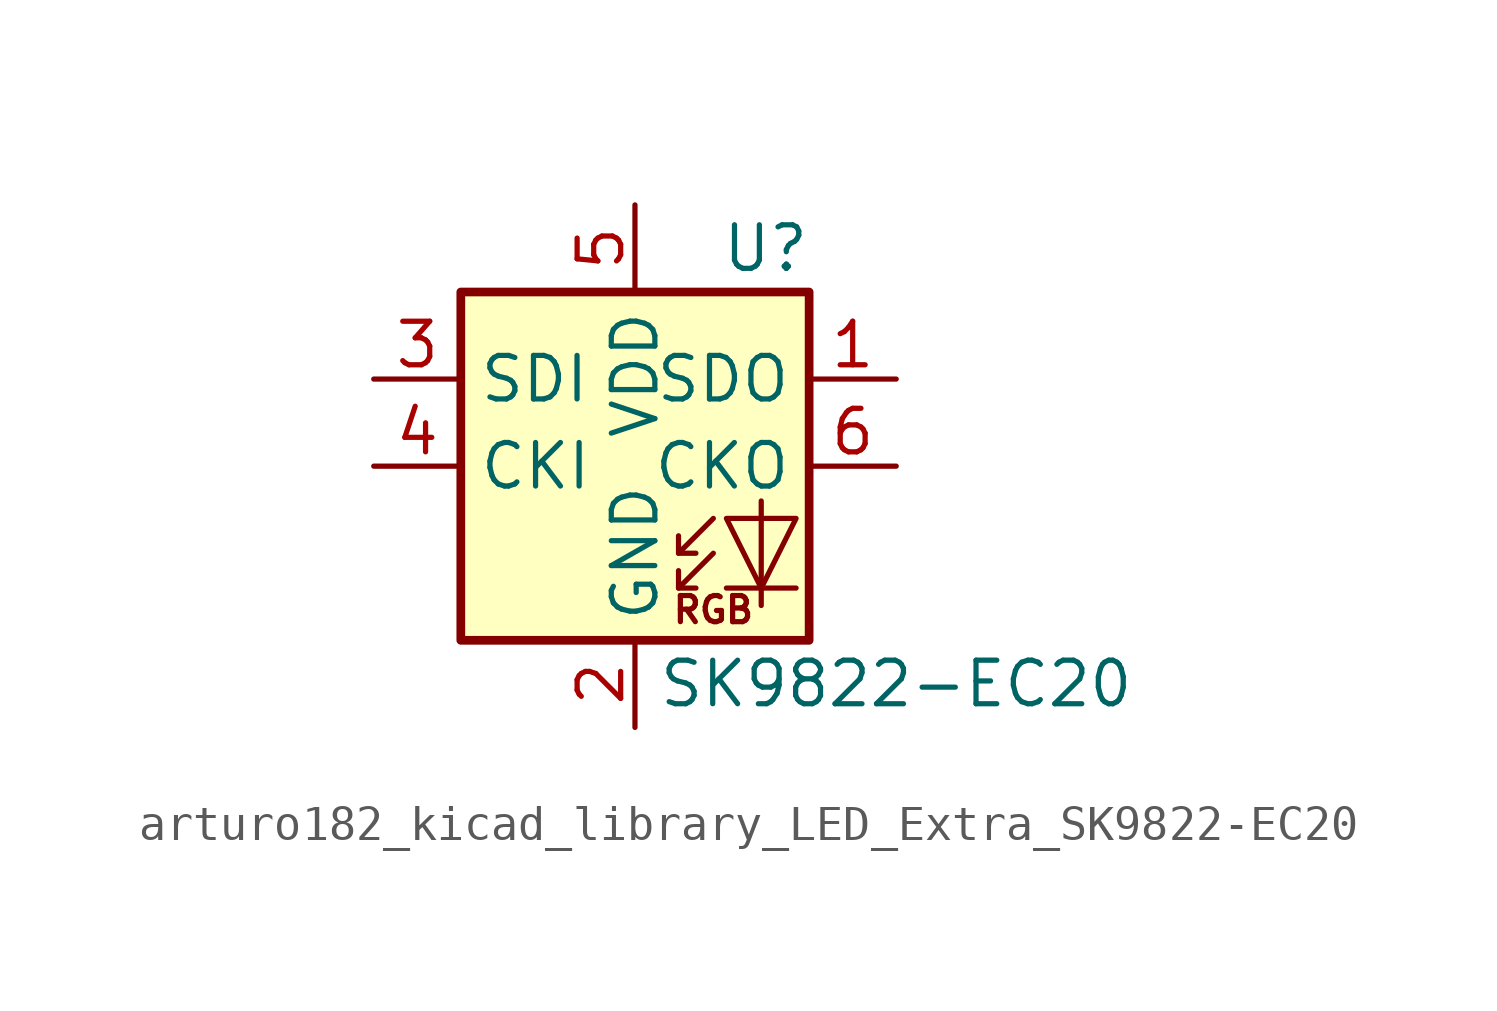
<source format=kicad_sym>
(kicad_symbol_lib
  (version 20220914)
  (generator kicad_symbol_editor)
  (symbol "arturo182_kicad_library_LED_Extra_SK9822-EC20"
    (property "Reference" "U"
      (at 3.81 6.35 0)
      (effects (font (size 1.27 1.27))))
    (property "Value" "SK9822-EC20"
      (at 7.62 -6.35 0)
      (effects (font (size 1.27 1.27))))
    (symbol "arturo182_kicad_library_LED_Extra_SK9822-EC20_0_0"
      (text "RGB" (at 2.286 -4.191 0) (effects (font (size 0.762 0.762)))))
    (symbol "arturo182_kicad_library_LED_Extra_SK9822-EC20_0_1"
      (polyline (pts (xy 1.27 -3.556) (xy 1.778 -3.556)) (stroke (width 0) (type default)) (fill (type none)))
      (polyline (pts (xy 1.27 -2.54) (xy 1.778 -2.54)) (stroke (width 0) (type default)) (fill (type none)))
      (polyline (pts (xy 4.699 -3.556) (xy 2.667 -3.556)) (stroke (width 0) (type default)) (fill (type none)))
      (polyline (pts (xy 2.286 -2.54) (xy 1.27 -3.556) (xy 1.27 -3.048)) (stroke (width 0) (type default)) (fill (type none)))
      (polyline (pts (xy 2.286 -1.524) (xy 1.27 -2.54) (xy 1.27 -2.032)) (stroke (width 0) (type default)) (fill (type none)))
      (polyline (pts (xy 3.683 -1.016) (xy 3.683 -3.556) (xy 3.683 -4.064)) (stroke (width 0) (type default)) (fill (type none)))
      (polyline (pts (xy 4.699 -1.524) (xy 2.667 -1.524) (xy 3.683 -3.556) (xy 4.699 -1.524)) (stroke (width 0) (type default)) (fill (type none)))
      (rectangle (start 5.08 5.08) (end -5.08 -5.08) (stroke (width 0.254) (type default)) (fill (type background))))
    (symbol "arturo182_kicad_library_LED_Extra_SK9822-EC20_1_1"
      (pin output line (at 7.62 2.54 180) (length 2.54) (name "SDO" (effects (font (size 1.27 1.27)))) (number "1" (effects (font (size 1.27 1.27)))))
      (pin power_in line (at 0 -7.62 90) (length 2.54) (name "GND" (effects (font (size 1.27 1.27)))) (number "2" (effects (font (size 1.27 1.27)))))
      (pin input line (at -7.62 2.54 0) (length 2.54) (name "SDI" (effects (font (size 1.27 1.27)))) (number "3" (effects (font (size 1.27 1.27)))))
      (pin input line (at -7.62 0 0) (length 2.54) (name "CKI" (effects (font (size 1.27 1.27)))) (number "4" (effects (font (size 1.27 1.27)))))
      (pin power_in line (at 0 7.62 270) (length 2.54) (name "VDD" (effects (font (size 1.27 1.27)))) (number "5" (effects (font (size 1.27 1.27)))))
      (pin output line (at 7.62 0 180) (length 2.54) (name "CKO" (effects (font (size 1.27 1.27)))) (number "6" (effects (font (size 1.27 1.27))))))))
</source>
